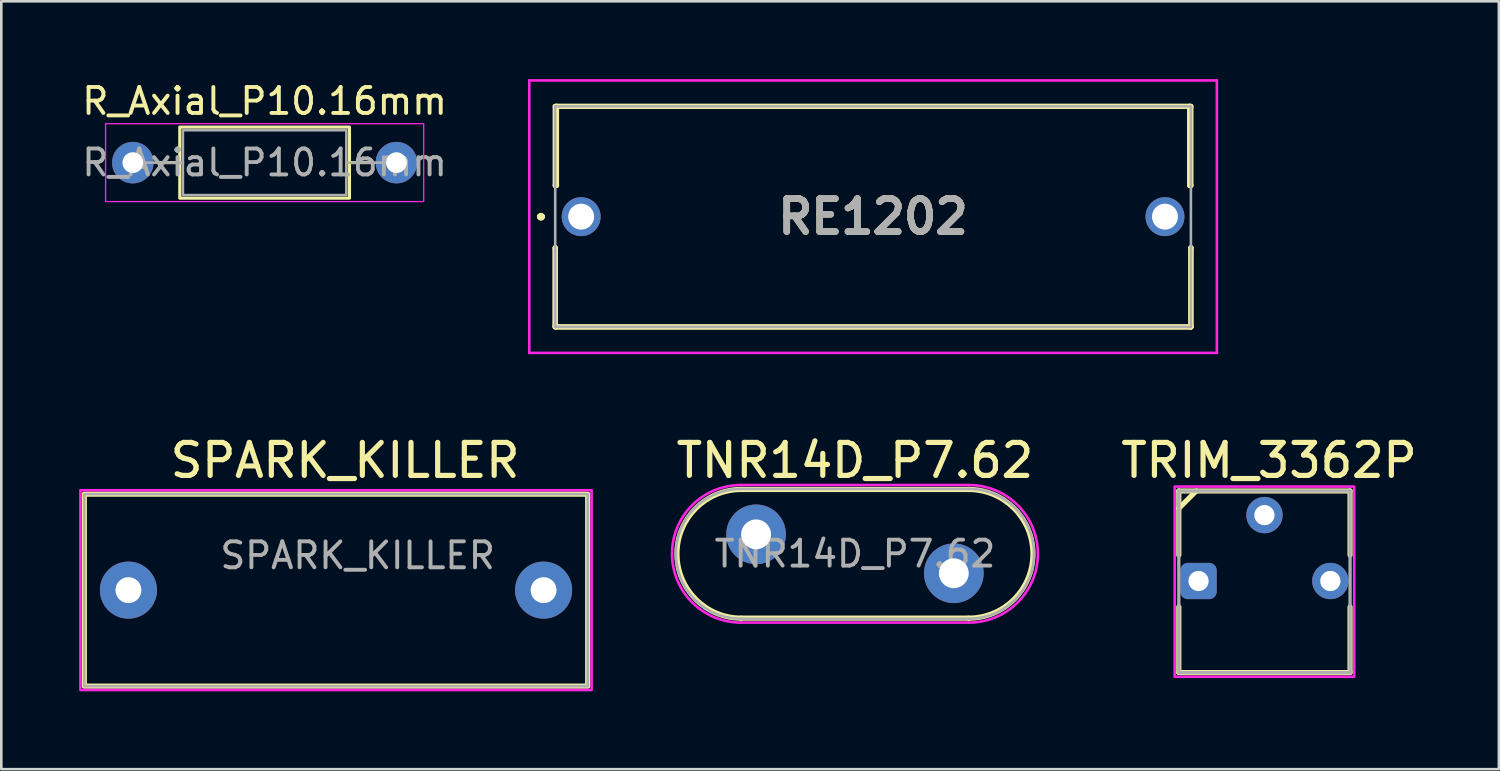
<source format=kicad_pcb>
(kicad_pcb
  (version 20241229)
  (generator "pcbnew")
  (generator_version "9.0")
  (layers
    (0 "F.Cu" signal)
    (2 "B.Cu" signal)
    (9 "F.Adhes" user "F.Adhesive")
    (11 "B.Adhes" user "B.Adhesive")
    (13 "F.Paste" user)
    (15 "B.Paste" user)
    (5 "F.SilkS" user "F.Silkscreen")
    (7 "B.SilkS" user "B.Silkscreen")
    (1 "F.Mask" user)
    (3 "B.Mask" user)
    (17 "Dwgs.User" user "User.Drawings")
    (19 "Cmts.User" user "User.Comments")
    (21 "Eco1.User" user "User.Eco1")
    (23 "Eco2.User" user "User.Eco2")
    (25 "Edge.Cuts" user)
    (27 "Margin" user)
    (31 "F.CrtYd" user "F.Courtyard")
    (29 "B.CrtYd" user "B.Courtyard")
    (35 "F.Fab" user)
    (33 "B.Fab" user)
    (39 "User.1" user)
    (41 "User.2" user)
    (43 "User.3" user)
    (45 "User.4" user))
  (footprint "RE1202"
    (layer "F.Cu")
    (at 19.348 5.3)
    (property "Reference" "RE1202" (at 11.25 0 0) (layer "F.SilkS") (effects (font (size 1.27 1.27) (thickness 0.254))))
    (attr through_hole)
    (fp_line (start -1.6 0) (end -1.6 0) (stroke (width 0.2) (type solid)) (layer "F.SilkS"))
    (fp_line (start -1.6 0) (end -1.6 0) (stroke (width 0.2) (type solid)) (layer "F.SilkS"))
    (fp_line (start -1.5 0) (end -1.5 0) (stroke (width 0.2) (type solid)) (layer "F.SilkS"))
    (fp_line (start -1 -4.25) (end -1 -1.2) (stroke (width 0.2) (type solid)) (layer "F.SilkS"))
    (fp_line (start -1 -1.2) (end -0.95 -1.2) (stroke (width 0.2) (type solid)) (layer "F.SilkS"))
    (fp_line (start -1 1.2) (end -1 1.2) (stroke (width 0.2) (type solid)) (layer "F.SilkS"))
    (fp_line (start -1 1.2) (end -1 4.2) (stroke (width 0.2) (type solid)) (layer "F.SilkS"))
    (fp_line (start -1 4.2) (end -1 1.2) (stroke (width 0.2) (type solid)) (layer "F.SilkS"))
    (fp_line (start -1 4.2) (end -1 4.2) (stroke (width 0.2) (type solid)) (layer "F.SilkS"))
    (fp_line (start -1 4.25) (end -1 4.25) (stroke (width 0.2) (type solid)) (layer "F.SilkS"))
    (fp_line (start -1 4.25) (end 23.5 4.25) (stroke (width 0.2) (type solid)) (layer "F.SilkS"))
    (fp_line (start -0.95 -4.25) (end -1 -4.25) (stroke (width 0.2) (type solid)) (layer "F.SilkS"))
    (fp_line (start -0.95 -4.25) (end -0.95 -4.25) (stroke (width 0.2) (type solid)) (layer "F.SilkS"))
    (fp_line (start -0.95 -4.25) (end 23.45 -4.25) (stroke (width 0.2) (type solid)) (layer "F.SilkS"))
    (fp_line (start -0.95 -1.2) (end -0.95 -4.25) (stroke (width 0.2) (type solid)) (layer "F.SilkS"))
    (fp_line (start 23.45 -4.25) (end -0.95 -4.25) (stroke (width 0.2) (type solid)) (layer "F.SilkS"))
    (fp_line (start 23.45 -4.25) (end 23.45 -4.25) (stroke (width 0.2) (type solid)) (layer "F.SilkS"))
    (fp_line (start 23.45 -4.25) (end 23.5 -4.25) (stroke (width 0.2) (type solid)) (layer "F.SilkS"))
    (fp_line (start 23.45 -1.2) (end 23.45 -4.25) (stroke (width 0.2) (type solid)) (layer "F.SilkS"))
    (fp_line (start 23.5 -4.25) (end 23.5 -1.2) (stroke (width 0.2) (type solid)) (layer "F.SilkS"))
    (fp_line (start 23.5 -1.2) (end 23.45 -1.2) (stroke (width 0.2) (type solid)) (layer "F.SilkS"))
    (fp_line (start 23.5 1.2) (end 23.5 1.2) (stroke (width 0.2) (type solid)) (layer "F.SilkS"))
    (fp_line (start 23.5 1.2) (end 23.5 4.25) (stroke (width 0.2) (type solid)) (layer "F.SilkS"))
    (fp_line (start 23.5 4.25) (end -1 4.25) (stroke (width 0.2) (type solid)) (layer "F.SilkS"))
    (fp_line (start 23.5 4.25) (end 23.5 1.2) (stroke (width 0.2) (type solid)) (layer "F.SilkS"))
    (fp_line (start 23.5 4.25) (end 23.5 4.25) (stroke (width 0.2) (type solid)) (layer "F.SilkS"))
    (fp_line (start 23.5 4.25) (end 23.5 4.25) (stroke (width 0.2) (type solid)) (layer "F.SilkS"))
    (fp_arc (start -1.6 0) (mid -1.55 -0.05) (end -1.5 0) (stroke (width 0.2) (type solid)) (layer "F.SilkS"))
    (fp_arc (start -1.5 0) (mid -1.55 0.05) (end -1.6 0) (stroke (width 0.2) (type solid)) (layer "F.SilkS"))
    (fp_arc (start -1.5 0) (mid -1.55 0.05) (end -1.6 0) (stroke (width 0.2) (type solid)) (layer "F.SilkS"))
    (fp_line (start -2 -5.25) (end 24.5 -5.25) (stroke (width 0.1) (type solid)) (layer "F.CrtYd"))
    (fp_line (start -2 5.25) (end -2 -5.25) (stroke (width 0.1) (type solid)) (layer "F.CrtYd"))
    (fp_line (start 24.5 -5.25) (end 24.5 5.25) (stroke (width 0.1) (type solid)) (layer "F.CrtYd"))
    (fp_line (start 24.5 5.25) (end -2 5.25) (stroke (width 0.1) (type solid)) (layer "F.CrtYd"))
    (fp_line (start -1 -4.25) (end -1 4.25) (stroke (width 0.1) (type solid)) (layer "F.Fab"))
    (fp_line (start -1 4.25) (end 23.5 4.25) (stroke (width 0.1) (type solid)) (layer "F.Fab"))
    (fp_line (start 23.5 -4.25) (end -1 -4.25) (stroke (width 0.1) (type solid)) (layer "F.Fab"))
    (fp_line (start 23.5 4.25) (end 23.5 -4.25) (stroke (width 0.1) (type solid)) (layer "F.Fab"))
    (fp_text user "${REFERENCE}" (at 11.25 0 0) (layer "F.Fab") (effects (font (size 1.27 1.27) (thickness 0.254))))
    (pad "1" thru_hole circle (at 0 0) (size 1.5 1.5) (drill 1) (layers "*.Cu" "*.Mask"))
    (pad "2" thru_hole circle (at 22.5 0) (size 1.5 1.5) (drill 1) (layers "*.Cu" "*.Mask")))
  (footprint "TRIM_3362P"
    (layer "F.Cu")
    (at 45.682 19.342)
    (property "Reference" "TRIM_3362P" (at 0.175 -4.648 0) (layer "F.SilkS") (effects (font (size 1.27 1.27) (thickness 0.2) (bold yes))))
    (attr through_hole)
    (fp_line (start -3.3 -3.47) (end 3.3 -3.47) (stroke (width 0.2) (type solid)) (layer "F.SilkS"))
    (fp_line (start -3.3 -2.8) (end -2.63 -3.47) (stroke (width 0.2) (type solid)) (layer "F.SilkS"))
    (fp_line (start -3.3 -1) (end -3.3 -3.47) (stroke (width 0.2) (type solid)) (layer "F.SilkS"))
    (fp_line (start -3.3 3.52) (end -3.3 1) (stroke (width 0.2) (type solid)) (layer "F.SilkS"))
    (fp_line (start 3.3 -3.47) (end 3.3 -1) (stroke (width 0.2) (type solid)) (layer "F.SilkS"))
    (fp_line (start 3.3 1) (end 3.3 3.52) (stroke (width 0.2) (type solid)) (layer "F.SilkS"))
    (fp_line (start 3.3 3.53) (end -3.3 3.53) (stroke (width 0.2) (type solid)) (layer "F.SilkS"))
    (fp_rect (start -3.46 -3.64) (end 3.46 3.69) (stroke (width 0.1) (type solid)) (fill no) (layer "F.CrtYd"))
    (fp_line (start -3.3 -3.47) (end 3.3 -3.47) (stroke (width 0.127) (type solid)) (layer "F.Fab"))
    (fp_line (start -3.3 3.53) (end -3.3 -3.47) (stroke (width 0.127) (type solid)) (layer "F.Fab"))
    (fp_line (start 3.3 -3.47) (end 3.3 3.53) (stroke (width 0.127) (type solid)) (layer "F.Fab"))
    (fp_line (start 3.3 3.53) (end -3.3 3.53) (stroke (width 0.127) (type solid)) (layer "F.Fab"))
    (pad "1" thru_hole roundrect (at -2.54 0) (size 1.4 1.4) (drill 0.78) (layers "*.Cu" "*.Mask") (roundrect_rratio 0.205))
    (pad "2" thru_hole circle (at 0 -2.54) (size 1.4 1.4) (drill 0.78) (layers "*.Cu" "*.Mask"))
    (pad "3" thru_hole circle (at 2.54 0) (size 1.4 1.4) (drill 0.78) (layers "*.Cu" "*.Mask")))
  (footprint "TNR14D_P7.62"
    (layer "F.Cu")
    (at 29.9 18.294)
    (property "Reference" "TNR14D_P7.62" (at 0 -3.6 0) (unlocked yes) (layer "F.SilkS") (effects (font (size 1.27 1.27) (thickness 0.2))))
    (attr through_hole)
    (fp_line (start -4.38 -2.48) (end 4.38 -2.48) (stroke (width 0.2) (type solid)) (layer "F.SilkS"))
    (fp_line (start -4.38 2.48) (end 4.38 2.48) (stroke (width 0.2) (type solid)) (layer "F.SilkS"))
    (fp_arc (start -4.38 2.48) (mid -6.86 0.000002) (end -4.380004 -2.48) (stroke (width 0.2) (type solid)) (layer "F.SilkS"))
    (fp_arc (start 4.38 -2.48) (mid 6.86 0) (end 4.38 2.48) (stroke (width 0.2) (type solid)) (layer "F.SilkS"))
    (fp_line (start -4.4 -2.65) (end 4.4 -2.65) (stroke (width 0.1) (type solid)) (layer "F.CrtYd"))
    (fp_line (start -4.4 2.65) (end 4.4 2.65) (stroke (width 0.1) (type solid)) (layer "F.CrtYd"))
    (fp_arc (start -4.4 2.65) (mid -7.05 0) (end -4.4 -2.65) (stroke (width 0.1) (type solid)) (layer "F.CrtYd"))
    (fp_arc (start 4.4 -2.65) (mid 7.05 0) (end 4.4 2.65) (stroke (width 0.1) (type solid)) (layer "F.CrtYd"))
    (fp_line (start -4.4 -2.5) (end 4.4 -2.5) (stroke (width 0.1) (type solid)) (layer "F.Fab"))
    (fp_line (start -4.4 2.5) (end 4.4 2.5) (stroke (width 0.1) (type solid)) (layer "F.Fab"))
    (fp_arc (start -4.4 2.5) (mid -6.9 0) (end -4.4 -2.5) (stroke (width 0.1) (type default)) (layer "F.Fab"))
    (fp_arc (start 4.4 -2.5) (mid 6.9 0) (end 4.4 2.5) (stroke (width 0.1) (type default)) (layer "F.Fab"))
    (fp_text user "${REFERENCE}" (at 0 0 0) (unlocked yes) (layer "F.Fab") (effects (font (size 1 1) (thickness 0.15))))
    (pad "1" thru_hole circle (at -3.81 -0.75) (size 2.3 2.3) (drill 1.15) (layers "*.Cu" "*.Mask"))
    (pad "2" thru_hole circle (at 3.81 0.75) (size 2.3 2.3) (drill 1.15) (layers "*.Cu" "*.Mask")))
  (footprint "SPARK_KILLER"
    (layer "F.Cu")
    (at 9.9 19.694)
    (property "Reference" "SPARK_KILLER" (at 0.35 -5 0) (layer "F.SilkS") (effects (font (size 1.27 1.27) (thickness 0.2))))
    (fp_rect (start -9.7 -3.7) (end 9.7 3.7) (stroke (width 0.2) (type default)) (fill no) (layer "F.SilkS"))
    (fp_rect (start -9.85 -3.85) (end 9.85 3.85) (stroke (width 0.1) (type solid)) (fill no) (layer "F.CrtYd"))
    (fp_rect (start -9.7 -3.7) (end 9.7 3.7) (stroke (width 0.1) (type default)) (fill no) (layer "F.Fab"))
    (fp_text user "${REFERENCE}" (at -4.55 -0.75 0) (unlocked yes) (layer "F.Fab") (effects (font (size 1 1) (thickness 0.15)) (justify left bottom)))
    (pad "1" thru_hole circle (at -8 0) (size 2.2 2.2) (drill 1) (layers "*.Cu" "*.Mask"))
    (pad "2" thru_hole circle (at 8 0) (size 2.2 2.2) (drill 1) (layers "*.Cu" "*.Mask")))
  (footprint "R_Axial_P10.16mm"
    (layer "F.Cu")
    (at 7.149 3.218)
    (property "Reference" "R_Axial_P10.16mm" (at 0 -2.37 0) (layer "F.SilkS") (effects (font (size 1 1) (thickness 0.15))))
    (attr through_hole)
    (fp_line (start -4.04 0) (end -3.27 0) (stroke (width 0.12) (type solid)) (layer "F.SilkS"))
    (fp_line (start 4.04 0) (end 3.27 0) (stroke (width 0.12) (type solid)) (layer "F.SilkS"))
    (fp_rect (start -3.27 -1.37) (end 3.27 1.37) (stroke (width 0.12) (type solid)) (fill no) (layer "F.SilkS"))
    (fp_rect (start -6.13 -1.5) (end 6.13 1.5) (stroke (width 0.05) (type solid)) (fill no) (layer "F.CrtYd"))
    (fp_line (start -5.08 0) (end -3.15 0) (stroke (width 0.1) (type solid)) (layer "F.Fab"))
    (fp_line (start 5.08 0) (end 3.15 0) (stroke (width 0.1) (type solid)) (layer "F.Fab"))
    (fp_rect (start -3.15 -1.25) (end 3.15 1.25) (stroke (width 0.1) (type solid)) (fill no) (layer "F.Fab"))
    (fp_text user "${REFERENCE}" (at 0 0 0) (layer "F.Fab") (effects (font (size 1 1) (thickness 0.15))))
    (pad "1" thru_hole circle (at -5.08 0) (size 1.6 1.6) (drill 0.8) (layers "*.Cu" "*.Mask"))
    (pad "2" thru_hole circle (at 5.08 0) (size 1.6 1.6) (drill 0.8) (layers "*.Cu" "*.Mask")))
  (gr_rect
    (start -3 -3)
    (end 54.716 26.594)
    (stroke (width 0.1) (type default))
    (fill no)
    (layer "Edge.Cuts")))
</source>
